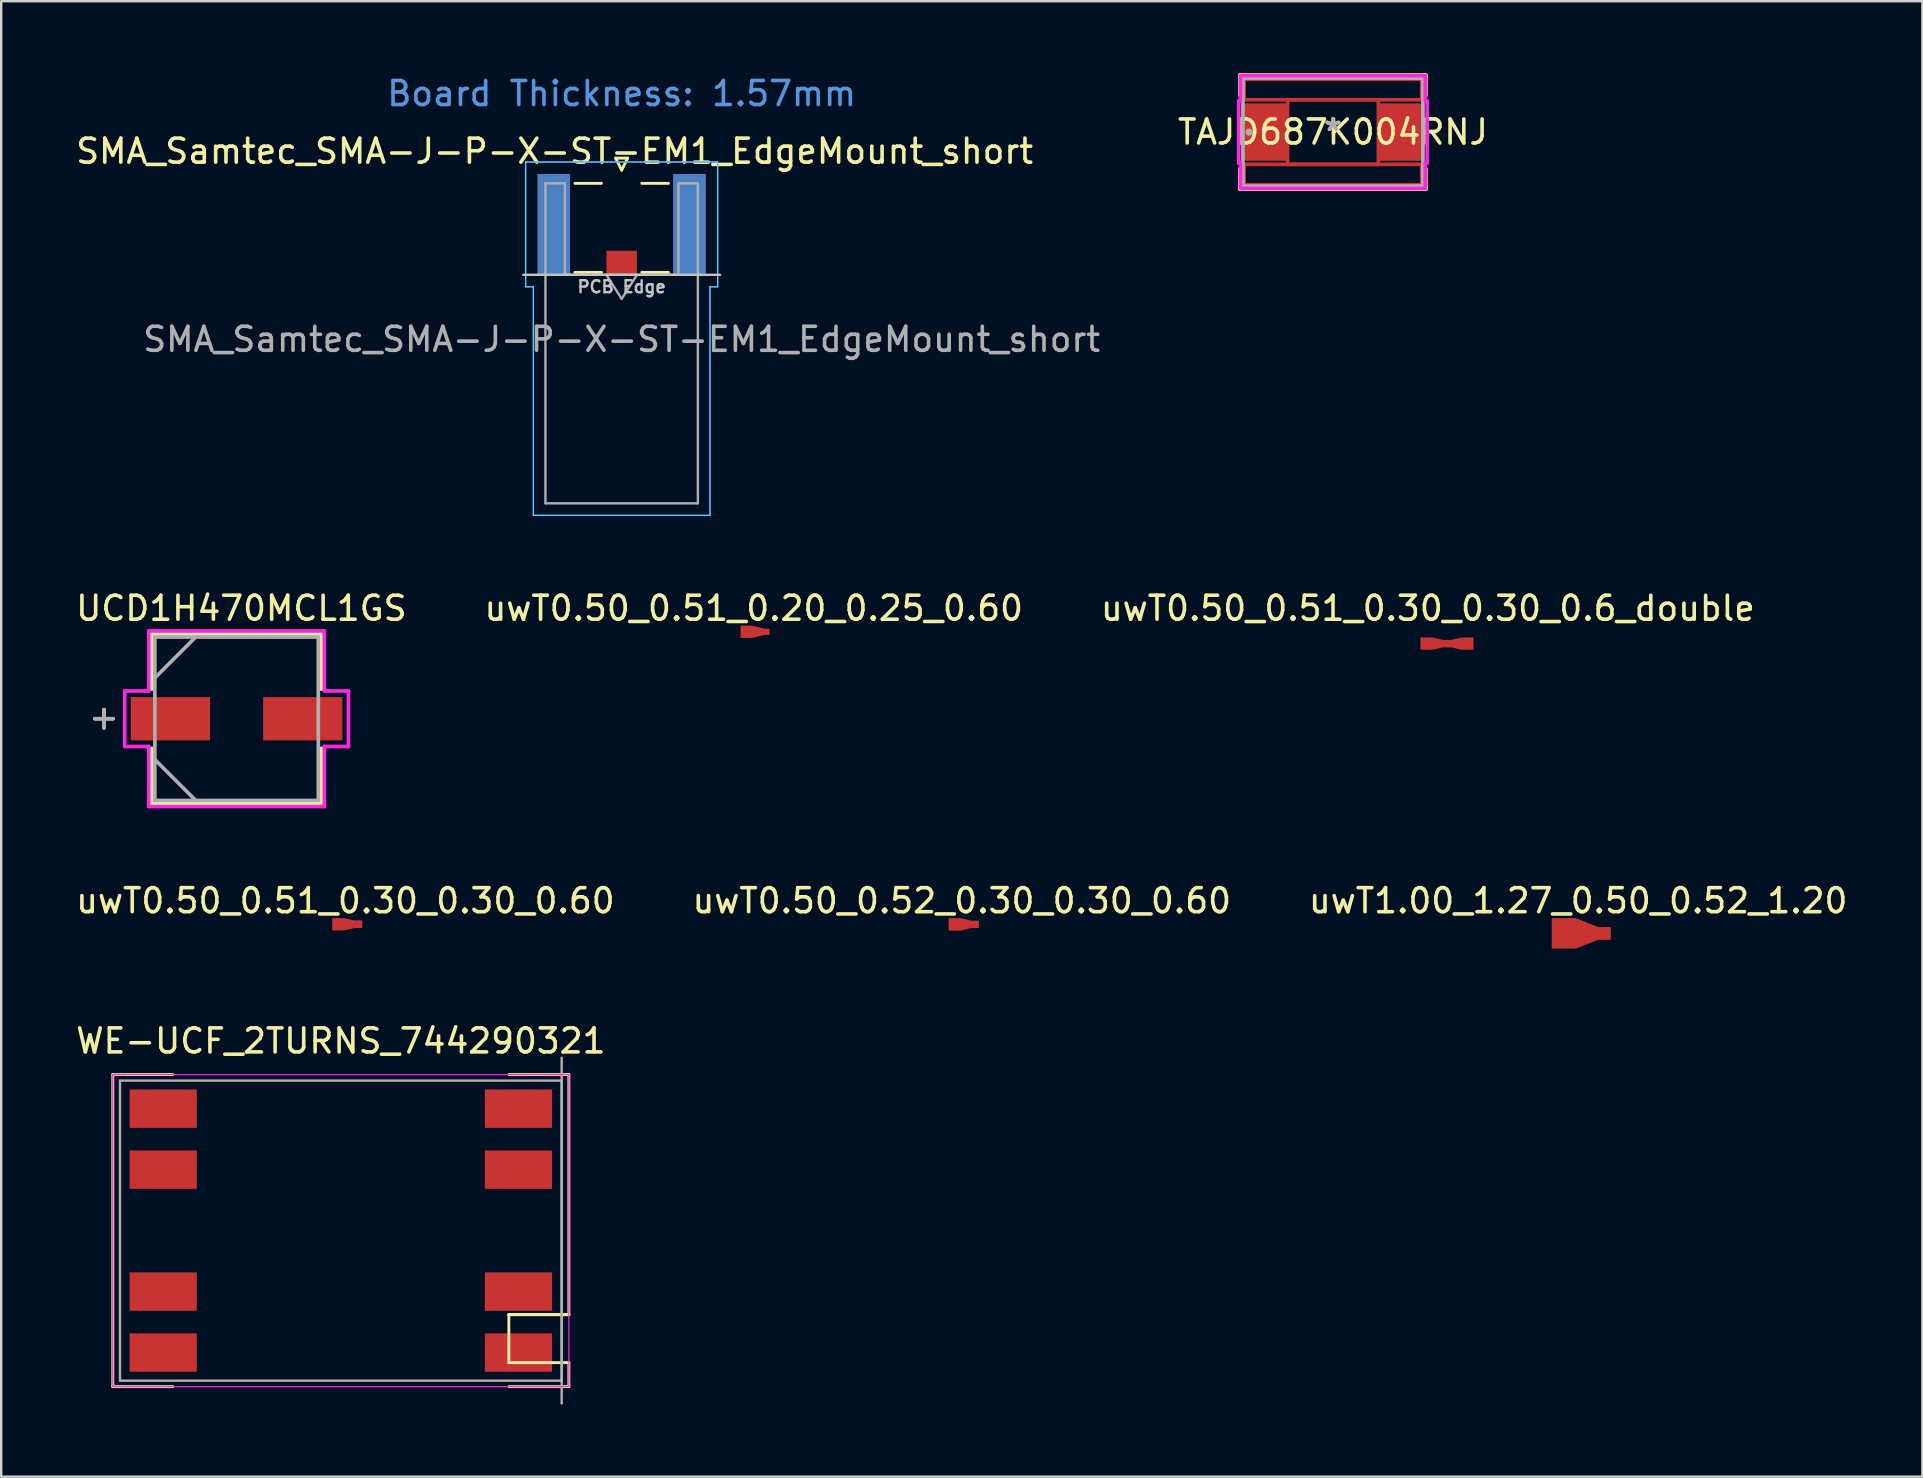
<source format=kicad_pcb>
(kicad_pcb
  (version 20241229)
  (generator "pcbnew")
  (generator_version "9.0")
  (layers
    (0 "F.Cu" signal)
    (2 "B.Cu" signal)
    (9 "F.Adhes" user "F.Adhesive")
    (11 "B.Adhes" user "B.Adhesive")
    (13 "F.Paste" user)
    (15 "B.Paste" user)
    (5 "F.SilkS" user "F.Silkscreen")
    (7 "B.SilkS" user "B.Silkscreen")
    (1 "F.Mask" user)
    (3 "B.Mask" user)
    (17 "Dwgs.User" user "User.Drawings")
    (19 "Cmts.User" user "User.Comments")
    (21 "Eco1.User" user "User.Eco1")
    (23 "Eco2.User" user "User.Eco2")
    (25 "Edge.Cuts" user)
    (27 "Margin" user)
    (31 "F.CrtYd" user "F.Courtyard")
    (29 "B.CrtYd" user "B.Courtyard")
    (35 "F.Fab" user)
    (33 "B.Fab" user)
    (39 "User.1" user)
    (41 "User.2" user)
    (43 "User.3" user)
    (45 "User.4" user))
  (footprint "WE-UCF_2TURNS_744290321"
    (layer "F.Cu")
    (at 11.149 48.217)
    (property "Reference" "WE-UCF_2TURNS_744290321" (at 0 -7.9 0) (layer "F.SilkS") (effects (font (size 1 1) (thickness 0.15))))
    (attr smd)
    (fp_line (start -9.5 -6.5) (end -7 -6.5) (stroke (width 0.12) (type solid)) (layer "F.SilkS"))
    (fp_line (start -9.5 6.5) (end -9.5 -6.5) (stroke (width 0.12) (type solid)) (layer "F.SilkS"))
    (fp_line (start -7 6.5) (end -9.5 6.5) (stroke (width 0.12) (type solid)) (layer "F.SilkS"))
    (fp_line (start 7 -6.5) (end 9.5 -6.5) (stroke (width 0.12) (type solid)) (layer "F.SilkS"))
    (fp_line (start 7 3.5) (end 7 5.5) (stroke (width 0.12) (type solid)) (layer "F.SilkS"))
    (fp_line (start 7 5.5) (end 9.5 5.5) (stroke (width 0.12) (type solid)) (layer "F.SilkS"))
    (fp_line (start 9.5 -6.5) (end 9.5 3.5) (stroke (width 0.12) (type solid)) (layer "F.SilkS"))
    (fp_line (start 9.5 3.5) (end 7 3.5) (stroke (width 0.12) (type solid)) (layer "F.SilkS"))
    (fp_line (start 9.5 3.5) (end 7 3.5) (stroke (width 0.12) (type solid)) (layer "F.SilkS"))
    (fp_line (start 9.5 3.5) (end 7 3.5) (stroke (width 0.12) (type solid)) (layer "F.SilkS"))
    (fp_line (start 9.5 5.5) (end 9.5 6.5) (stroke (width 0.12) (type solid)) (layer "F.SilkS"))
    (fp_line (start 9.5 6.5) (end 7 6.5) (stroke (width 0.12) (type solid)) (layer "F.SilkS"))
    (fp_line (start -9.5 -6.5) (end -9.5 6.5) (stroke (width 0.05) (type solid)) (layer "F.CrtYd"))
    (fp_line (start -9.5 -6.5) (end 9.5 -6.5) (stroke (width 0.05) (type solid)) (layer "F.CrtYd"))
    (fp_line (start 9.5 6.5) (end -9.5 6.5) (stroke (width 0.05) (type solid)) (layer "F.CrtYd"))
    (fp_line (start 9.5 6.5) (end 9.5 -6.5) (stroke (width 0.05) (type solid)) (layer "F.CrtYd"))
    (fp_line (start -9.2 -6.25) (end -9.2 6.25) (stroke (width 0.1) (type solid)) (layer "F.Fab"))
    (fp_line (start -9.2 6.25) (end 9.2 6.25) (stroke (width 0.1) (type solid)) (layer "F.Fab"))
    (fp_line (start 9.2 -7.2) (end 9.2 7.2) (stroke (width 0.1) (type solid)) (layer "F.Fab"))
    (fp_line (start 9.2 -6.25) (end -9.2 -6.25) (stroke (width 0.1) (type solid)) (layer "F.Fab"))
    (fp_line (start 9.2 -6.25) (end 9.2 6.25) (stroke (width 0.1) (type solid)) (layer "F.Fab"))
    (pad "1" smd rect (at 7.4 5.08 90) (size 1.6 2.8) (layers "F.Cu" "F.Mask" "F.Paste"))
    (pad "2" smd rect (at 7.4 2.54 90) (size 1.6 2.8) (layers "F.Cu" "F.Mask" "F.Paste"))
    (pad "4" smd rect (at 7.4 -2.54 270) (size 1.6 2.8) (layers "F.Cu" "F.Mask" "F.Paste"))
    (pad "5" smd rect (at 7.4 -5.08 270) (size 1.6 2.8) (layers "F.Cu" "F.Mask" "F.Paste"))
    (pad "6" smd rect (at -7.4 -5.08 270) (size 1.6 2.8) (layers "F.Cu" "F.Mask" "F.Paste"))
    (pad "7" smd rect (at -7.4 -2.54 270) (size 1.6 2.8) (layers "F.Cu" "F.Mask" "F.Paste"))
    (pad "9" smd rect (at -7.4 2.54 90) (size 1.6 2.8) (layers "F.Cu" "F.Mask" "F.Paste"))
    (pad "10" smd rect (at -7.4 5.08 90) (size 1.6 2.8) (layers "F.Cu" "F.Mask" "F.Paste")))
  (footprint "uwT0.50_0.51_0.30_0.30_0.60"
    (layer "F.Cu")
    (at 11.039 35.454)
    (property "Reference" "uwT0.50_0.51_0.30_0.30_0.60" (at 0.3 -0.98 0) (layer "F.SilkS") (effects (font (size 1 1) (thickness 0.15))))
    (attr exclude_from_pos_files exclude_from_bom)
    (pad "1" smd custom (at 0 0) (size 0.5 0.51) (layers "F.Cu") (options (anchor rect)) (primitives (gr_poly (pts (xy -0.25 -0.255) (xy 0.25 -0.255) (xy 0.7 -0.152) (xy 1 -0.152) (xy 1 0.152) (xy 0.7 0.152) (xy 0.25 0.255) (xy -0.25 0.255)) (width 0) (fill yes))))
    (pad "1" smd rect (at 0.85 0) (size 0.3 0.305) (layers "F.Cu")))
  (footprint "uwT0.50_0.52_0.30_0.30_0.60"
    (layer "F.Cu")
    (at 36.718 35.459)
    (property "Reference" "uwT0.50_0.52_0.30_0.30_0.60" (at 0.3 -0.985 0) (layer "F.SilkS") (effects (font (size 1 1) (thickness 0.15))))
    (attr exclude_from_pos_files exclude_from_bom)
    (pad "1" smd custom (at 0 0) (size 0.5 0.52) (layers "F.Cu") (options (anchor rect)) (primitives (gr_poly (pts (xy -0.25 -0.26) (xy 0.25 -0.26) (xy 0.7 -0.15) (xy 1 -0.15) (xy 1 0.15) (xy 0.7 0.15) (xy 0.25 0.26) (xy -0.25 0.26)) (width 0) (fill yes))))
    (pad "1" smd rect (at 0.85 0) (size 0.3 0.3) (layers "F.Cu")))
  (footprint "uwT0.50_0.51_0.20_0.25_0.60"
    (layer "F.Cu")
    (at 28.051 23.271)
    (property "Reference" "uwT0.50_0.51_0.20_0.25_0.60" (at 0.3 -0.98 0) (layer "F.SilkS") (effects (font (size 1 1) (thickness 0.15))))
    (attr exclude_from_pos_files exclude_from_bom)
    (pad "1" smd custom (at 0 0) (size 0.5 0.51) (layers "F.Cu") (options (anchor rect)) (primitives (gr_poly (pts (xy -0.25 -0.255) (xy 0.25 -0.255) (xy 0.75 -0.125) (xy 0.95 -0.125) (xy 0.95 0.125) (xy 0.75 0.125) (xy 0.25 0.255) (xy -0.25 0.255)) (width 0) (fill yes))))
    (pad "1" smd rect (at 0.85 0) (size 0.2 0.25) (layers "F.Cu")))
  (footprint "TAJD687K004RNJ"
    (layer "F.Cu")
    (at 52.479 2.451)
    (property "Reference" "TAJD687K004RNJ" (at 0 0 0) (layer "F.SilkS") (effects (font (size 1 1) (thickness 0.15))))
    (attr through_hole)
    (fp_line (start -3.696 -2.197) (end 3.696 -2.197) (stroke (width 0.152) (type solid)) (layer "F.Cu"))
    (fp_line (start -3.696 -1.346) (end -3.696 -2.197) (stroke (width 0.152) (type solid)) (layer "F.Cu"))
    (fp_line (start -3.696 1.346) (end 3.696 1.346) (stroke (width 0.152) (type solid)) (layer "F.Cu"))
    (fp_line (start -3.696 2.197) (end -3.696 1.346) (stroke (width 0.152) (type solid)) (layer "F.Cu"))
    (fp_line (start -1.892 -1.346) (end 1.892 -1.346) (stroke (width 0.152) (type solid)) (layer "F.Cu"))
    (fp_line (start -1.892 1.346) (end -1.892 -1.346) (stroke (width 0.152) (type solid)) (layer "F.Cu"))
    (fp_line (start 1.892 -1.346) (end 1.892 1.346) (stroke (width 0.152) (type solid)) (layer "F.Cu"))
    (fp_line (start 1.892 1.346) (end -1.892 1.346) (stroke (width 0.152) (type solid)) (layer "F.Cu"))
    (fp_line (start 3.696 -2.197) (end 3.696 -1.346) (stroke (width 0.152) (type solid)) (layer "F.Cu"))
    (fp_line (start 3.696 -1.346) (end -3.696 -1.346) (stroke (width 0.152) (type solid)) (layer "F.Cu"))
    (fp_line (start 3.696 1.346) (end 3.696 2.197) (stroke (width 0.152) (type solid)) (layer "F.Cu"))
    (fp_line (start 3.696 2.197) (end -3.696 2.197) (stroke (width 0.152) (type solid)) (layer "F.Cu"))
    (fp_line (start -3.873 -2.375) (end -3.873 -1.523) (stroke (width 0.152) (type solid)) (layer "F.SilkS"))
    (fp_line (start -3.873 1.523) (end -3.873 2.375) (stroke (width 0.152) (type solid)) (layer "F.SilkS"))
    (fp_line (start -3.873 2.375) (end 3.873 2.375) (stroke (width 0.152) (type solid)) (layer "F.SilkS"))
    (fp_line (start 3.873 -2.375) (end -3.873 -2.375) (stroke (width 0.152) (type solid)) (layer "F.SilkS"))
    (fp_line (start 3.873 -1.523) (end 3.873 -2.375) (stroke (width 0.152) (type solid)) (layer "F.SilkS"))
    (fp_line (start 3.873 2.375) (end 3.873 1.523) (stroke (width 0.152) (type solid)) (layer "F.SilkS"))
    (fp_line (start -3.924 -1.295) (end -3.848 -1.295) (stroke (width 0.152) (type solid)) (layer "F.CrtYd"))
    (fp_line (start -3.924 1.295) (end -3.924 -1.295) (stroke (width 0.152) (type solid)) (layer "F.CrtYd"))
    (fp_line (start -3.848 -2.349) (end 3.848 -2.349) (stroke (width 0.152) (type solid)) (layer "F.CrtYd"))
    (fp_line (start -3.848 -1.295) (end -3.848 -2.349) (stroke (width 0.152) (type solid)) (layer "F.CrtYd"))
    (fp_line (start -3.848 1.295) (end -3.924 1.295) (stroke (width 0.152) (type solid)) (layer "F.CrtYd"))
    (fp_line (start -3.848 2.349) (end -3.848 1.295) (stroke (width 0.152) (type solid)) (layer "F.CrtYd"))
    (fp_line (start 3.848 -2.349) (end 3.848 -1.295) (stroke (width 0.152) (type solid)) (layer "F.CrtYd"))
    (fp_line (start 3.848 -1.295) (end 3.924 -1.295) (stroke (width 0.152) (type solid)) (layer "F.CrtYd"))
    (fp_line (start 3.848 1.295) (end 3.848 2.349) (stroke (width 0.152) (type solid)) (layer "F.CrtYd"))
    (fp_line (start 3.848 2.349) (end -3.848 2.349) (stroke (width 0.152) (type solid)) (layer "F.CrtYd"))
    (fp_line (start 3.924 -1.295) (end 3.924 1.295) (stroke (width 0.152) (type solid)) (layer "F.CrtYd"))
    (fp_line (start 3.924 1.295) (end 3.848 1.295) (stroke (width 0.152) (type solid)) (layer "F.CrtYd"))
    (fp_line (start -3.747 -2.248) (end -3.747 2.248) (stroke (width 0.152) (type solid)) (layer "F.Fab"))
    (fp_line (start -3.747 2.248) (end 3.747 2.248) (stroke (width 0.152) (type solid)) (layer "F.Fab"))
    (fp_line (start 3.747 -2.248) (end -3.747 -2.248) (stroke (width 0.152) (type solid)) (layer "F.Fab"))
    (fp_line (start 3.747 2.248) (end 3.747 -2.248) (stroke (width 0.152) (type solid)) (layer "F.Fab"))
    (fp_circle (center -3.493 0) (end -3.493 0) (stroke (width 0.152) (type solid)) (fill no) (layer "F.Fab"))
    (fp_text user "*" (at 0 0 0) (layer "F.SilkS") (effects (font (size 1 1) (thickness 0.15))))
    (fp_text user "Copyright 2016 Accelerated Designs. All rights reserved." (at 0 0 0) (layer "Cmts.User") (effects (font (size 0.127 0.127) (thickness 0.002))))
    (fp_text user "*" (at 0 0 0) (layer "F.Fab") (effects (font (size 1 1) (thickness 0.15))))
    (pad "1" smd rect (at -2.883 0 90) (size 2.388 1.88) (layers "F.Cu" "F.Mask" "F.Paste"))
    (pad "2" smd rect (at 2.883 0 90) (size 2.388 1.88) (layers "F.Cu" "F.Mask" "F.Paste")))
  (footprint "UCD1H470MCL1GS"
    (layer "F.Cu")
    (at 6.806 26.892)
    (property "Reference" "UCD1H470MCL1GS" (at 0.2 -4.6 0) (layer "F.SilkS") (effects (font (size 1 1) (thickness 0.15))))
    (attr through_hole)
    (fp_line (start -5.524 -0.381) (end -5.524 0.381) (stroke (width 0.152) (type solid)) (layer "F.SilkS"))
    (fp_line (start -5.144 0) (end -5.905 0) (stroke (width 0.152) (type solid)) (layer "F.SilkS"))
    (fp_line (start -3.531 -3.531) (end -3.531 -1.234) (stroke (width 0.152) (type solid)) (layer "F.SilkS"))
    (fp_line (start -3.531 1.234) (end -3.531 3.531) (stroke (width 0.152) (type solid)) (layer "F.SilkS"))
    (fp_line (start -3.531 3.531) (end 3.531 3.531) (stroke (width 0.152) (type solid)) (layer "F.SilkS"))
    (fp_line (start 3.531 -3.531) (end -3.531 -3.531) (stroke (width 0.152) (type solid)) (layer "F.SilkS"))
    (fp_line (start 3.531 -1.234) (end 3.531 -3.531) (stroke (width 0.152) (type solid)) (layer "F.SilkS"))
    (fp_line (start 3.531 3.531) (end 3.531 1.234) (stroke (width 0.152) (type solid)) (layer "F.SilkS"))
    (fp_line (start -4.661 -1.156) (end -3.658 -1.156) (stroke (width 0.152) (type solid)) (layer "F.CrtYd"))
    (fp_line (start -4.661 1.156) (end -4.661 -1.156) (stroke (width 0.152) (type solid)) (layer "F.CrtYd"))
    (fp_line (start -3.658 -3.658) (end 3.658 -3.658) (stroke (width 0.152) (type solid)) (layer "F.CrtYd"))
    (fp_line (start -3.658 -1.156) (end -3.658 -3.658) (stroke (width 0.152) (type solid)) (layer "F.CrtYd"))
    (fp_line (start -3.658 1.156) (end -4.661 1.156) (stroke (width 0.152) (type solid)) (layer "F.CrtYd"))
    (fp_line (start -3.658 3.658) (end -3.658 1.156) (stroke (width 0.152) (type solid)) (layer "F.CrtYd"))
    (fp_line (start 3.658 -3.658) (end 3.658 -1.156) (stroke (width 0.152) (type solid)) (layer "F.CrtYd"))
    (fp_line (start 3.658 -1.156) (end 4.661 -1.156) (stroke (width 0.152) (type solid)) (layer "F.CrtYd"))
    (fp_line (start 3.658 1.156) (end 3.658 3.658) (stroke (width 0.152) (type solid)) (layer "F.CrtYd"))
    (fp_line (start 3.658 3.658) (end -3.658 3.658) (stroke (width 0.152) (type solid)) (layer "F.CrtYd"))
    (fp_line (start 4.661 -1.156) (end 4.661 1.156) (stroke (width 0.152) (type solid)) (layer "F.CrtYd"))
    (fp_line (start 4.661 1.156) (end 3.658 1.156) (stroke (width 0.152) (type solid)) (layer "F.CrtYd"))
    (fp_line (start -5.524 -0.381) (end -5.524 0.381) (stroke (width 0.152) (type solid)) (layer "F.Fab"))
    (fp_line (start -5.144 0) (end -5.905 0) (stroke (width 0.152) (type solid)) (layer "F.Fab"))
    (fp_line (start -3.404 -3.404) (end -3.404 3.404) (stroke (width 0.152) (type solid)) (layer "F.Fab"))
    (fp_line (start -3.404 -1.702) (end -1.702 -3.404) (stroke (width 0.152) (type solid)) (layer "F.Fab"))
    (fp_line (start -3.404 1.702) (end -1.702 3.404) (stroke (width 0.152) (type solid)) (layer "F.Fab"))
    (fp_line (start -3.404 3.404) (end 3.404 3.404) (stroke (width 0.152) (type solid)) (layer "F.Fab"))
    (fp_line (start 3.404 -3.404) (end -3.404 -3.404) (stroke (width 0.152) (type solid)) (layer "F.Fab"))
    (fp_line (start 3.404 3.404) (end 3.404 -3.404) (stroke (width 0.152) (type solid)) (layer "F.Fab"))
    (pad "1" smd rect (at -2.756 0) (size 3.302 1.803) (layers "F.Cu" "F.Mask" "F.Paste"))
    (pad "2" smd rect (at 2.756 0) (size 3.302 1.803) (layers "F.Cu" "F.Mask" "F.Paste")))
  (footprint "uwT1.00_1.27_0.50_0.52_1.20"
    (layer "F.Cu")
    (at 62.096 35.834)
    (property "Reference" "uwT1.00_1.27_0.50_0.52_1.20" (at 0.6 -1.36 0) (layer "F.SilkS") (effects (font (size 1 1) (thickness 0.15))))
    (attr exclude_from_pos_files exclude_from_bom)
    (pad "1" smd custom (at 0 0) (size 1 1.27) (layers "F.Cu") (options (anchor rect)) (primitives (gr_poly (pts (xy -0.5 -0.635) (xy 0.5 -0.635) (xy 1.45 -0.26) (xy 1.95 -0.26) (xy 1.95 0.26) (xy 1.45 0.26) (xy 0.5 0.635) (xy -0.5 0.635)) (width 0) (fill yes))))
    (pad "1" smd rect (at 1.7 0) (size 0.5 0.52) (layers "F.Cu")))
  (footprint "uwT0.50_0.51_0.30_0.30_0.6_double"
    (layer "F.Cu")
    (at 56.375 23.762)
    (property "Reference" "uwT0.50_0.51_0.30_0.30_0.6_double" (at 0.06 -1.47 0) (layer "F.SilkS") (effects (font (size 1 1) (thickness 0.15))))
    (attr exclude_from_pos_files exclude_from_bom)
    (pad "1" smd custom (at 0 0) (size 0.5 0.51) (layers "F.Cu") (options (anchor rect)) (primitives (gr_poly (pts (xy -0.25 -0.255) (xy 0.25 -0.255) (xy 0.7 -0.152) (xy 1 -0.152) (xy 1 0.152) (xy 0.7 0.152) (xy 0.25 0.255) (xy -0.25 0.255)) (width 0) (fill yes))))
    (pad "2" smd custom (at 1.71 0 180) (size 0.5 0.51) (layers "F.Cu") (options (anchor rect)) (primitives (gr_poly (pts (xy -0.25 -0.255) (xy 0.25 -0.255) (xy 0.7 -0.152) (xy 1 -0.152) (xy 1 0.152) (xy 0.7 0.152) (xy 0.25 0.255) (xy -0.25 0.255)) (width 0) (fill yes)))))
  (footprint "SMA_Samtec_SMA-J-P-X-ST-EM1_EdgeMount_short"
    (layer "F.Cu")
    (at 22.848 6.298)
    (property "Reference" "SMA_Samtec_SMA-J-P-X-ST-EM1_EdgeMount_short" (at -2.794 -3.048 0) (layer "F.SilkS") (effects (font (size 1 1) (thickness 0.15))))
    (attr smd)
    (fp_line (start -1.95 -1.71) (end -0.84 -1.71) (stroke (width 0.12) (type solid)) (layer "F.SilkS"))
    (fp_line (start -1.95 2) (end -0.84 2) (stroke (width 0.12) (type solid)) (layer "F.SilkS"))
    (fp_line (start -0.25 -2.76) (end 0 -2.26) (stroke (width 0.12) (type solid)) (layer "F.SilkS"))
    (fp_line (start 0 -2.26) (end 0.25 -2.76) (stroke (width 0.12) (type solid)) (layer "F.SilkS"))
    (fp_line (start 0.25 -2.76) (end -0.25 -2.76) (stroke (width 0.12) (type solid)) (layer "F.SilkS"))
    (fp_line (start 0.84 -1.71) (end 1.95 -1.71) (stroke (width 0.12) (type solid)) (layer "F.SilkS"))
    (fp_line (start 0.84 2) (end 1.95 2) (stroke (width 0.12) (type solid)) (layer "F.SilkS"))
    (fp_line (start 4.1 2.1) (end -4.1 2.1) (stroke (width 0.1) (type solid)) (layer "Dwgs.User"))
    (fp_line (start -4 -2.6) (end 4 -2.6) (stroke (width 0.05) (type solid)) (layer "B.CrtYd"))
    (fp_line (start -4 2.6) (end -4 -2.6) (stroke (width 0.05) (type solid)) (layer "B.CrtYd"))
    (fp_line (start -3.68 2.6) (end -4 2.6) (stroke (width 0.05) (type solid)) (layer "B.CrtYd"))
    (fp_line (start -3.68 12.12) (end -3.68 2.6) (stroke (width 0.05) (type solid)) (layer "B.CrtYd"))
    (fp_line (start 3.68 2.6) (end 3.68 12.12) (stroke (width 0.05) (type solid)) (layer "B.CrtYd"))
    (fp_line (start 3.68 12.12) (end -3.68 12.12) (stroke (width 0.05) (type solid)) (layer "B.CrtYd"))
    (fp_line (start 4 2.6) (end 3.68 2.6) (stroke (width 0.05) (type solid)) (layer "B.CrtYd"))
    (fp_line (start 4 2.6) (end 4 -2.6) (stroke (width 0.05) (type solid)) (layer "B.CrtYd"))
    (fp_line (start -4 -2.6) (end 4 -2.6) (stroke (width 0.05) (type solid)) (layer "F.CrtYd"))
    (fp_line (start -4 2.6) (end -4 -2.6) (stroke (width 0.05) (type solid)) (layer "F.CrtYd"))
    (fp_line (start -3.68 2.6) (end -4 2.6) (stroke (width 0.05) (type solid)) (layer "F.CrtYd"))
    (fp_line (start -3.68 12.12) (end -3.68 2.6) (stroke (width 0.05) (type solid)) (layer "F.CrtYd"))
    (fp_line (start 3.68 2.6) (end 3.68 12.12) (stroke (width 0.05) (type solid)) (layer "F.CrtYd"))
    (fp_line (start 3.68 2.6) (end 4 2.6) (stroke (width 0.05) (type solid)) (layer "F.CrtYd"))
    (fp_line (start 3.68 12.12) (end -3.68 12.12) (stroke (width 0.05) (type solid)) (layer "F.CrtYd"))
    (fp_line (start 4 2.6) (end 4 -2.6) (stroke (width 0.05) (type solid)) (layer "F.CrtYd"))
    (fp_line (start -3.175 -1.71) (end -3.175 11.62) (stroke (width 0.1) (type solid)) (layer "F.Fab"))
    (fp_line (start -2.365 -1.71) (end -3.175 -1.71) (stroke (width 0.1) (type solid)) (layer "F.Fab"))
    (fp_line (start -2.365 2.1) (end -2.365 -1.71) (stroke (width 0.1) (type solid)) (layer "F.Fab"))
    (fp_line (start 0 3.1) (end -0.64 2.1) (stroke (width 0.1) (type solid)) (layer "F.Fab"))
    (fp_line (start 0.64 2.1) (end 0 3.1) (stroke (width 0.1) (type solid)) (layer "F.Fab"))
    (fp_line (start 2.365 -1.71) (end 2.365 2.1) (stroke (width 0.1) (type solid)) (layer "F.Fab"))
    (fp_line (start 2.365 2.1) (end -2.365 2.1) (stroke (width 0.1) (type solid)) (layer "F.Fab"))
    (fp_line (start 3.165 11.62) (end -3.165 11.62) (stroke (width 0.1) (type solid)) (layer "F.Fab"))
    (fp_line (start 3.175 -1.71) (end 2.365 -1.71) (stroke (width 0.1) (type solid)) (layer "F.Fab"))
    (fp_line (start 3.175 -1.71) (end 3.175 11.62) (stroke (width 0.1) (type solid)) (layer "F.Fab"))
    (fp_text user "PCB Edge" (at 0 2.6 0) (layer "Dwgs.User") (effects (font (size 0.5 0.5) (thickness 0.1))))
    (fp_text user "Board Thickness: 1.57mm" (at 0 -5.45 0) (layer "Cmts.User") (effects (font (size 1 1) (thickness 0.15))))
    (fp_text user "${REFERENCE}" (at 0 4.79 180) (layer "F.Fab") (effects (font (size 1 1) (thickness 0.15))))
    (pad "1" smd rect (at 0 1.6) (size 1.27 1) (layers "F.Cu" "F.Mask" "F.Paste"))
    (pad "2" smd rect (at -2.825 0) (size 1.35 4.2) (layers "F.Cu" "F.Mask" "F.Paste"))
    (pad "2" smd rect (at -2.825 0) (size 1.35 4.2) (layers "B.Cu" "B.Mask" "B.Paste"))
    (pad "2" smd rect (at 2.825 0) (size 1.35 4.2) (layers "F.Cu" "F.Mask" "F.Paste"))
    (pad "2" smd rect (at 2.825 0) (size 1.35 4.2) (layers "B.Cu" "B.Mask" "B.Paste")))
  (gr_rect
    (start -3 -3)
    (end 77.036 58.467)
    (stroke (width 0.1) (type default))
    (fill no)
    (layer "Edge.Cuts")))
</source>
